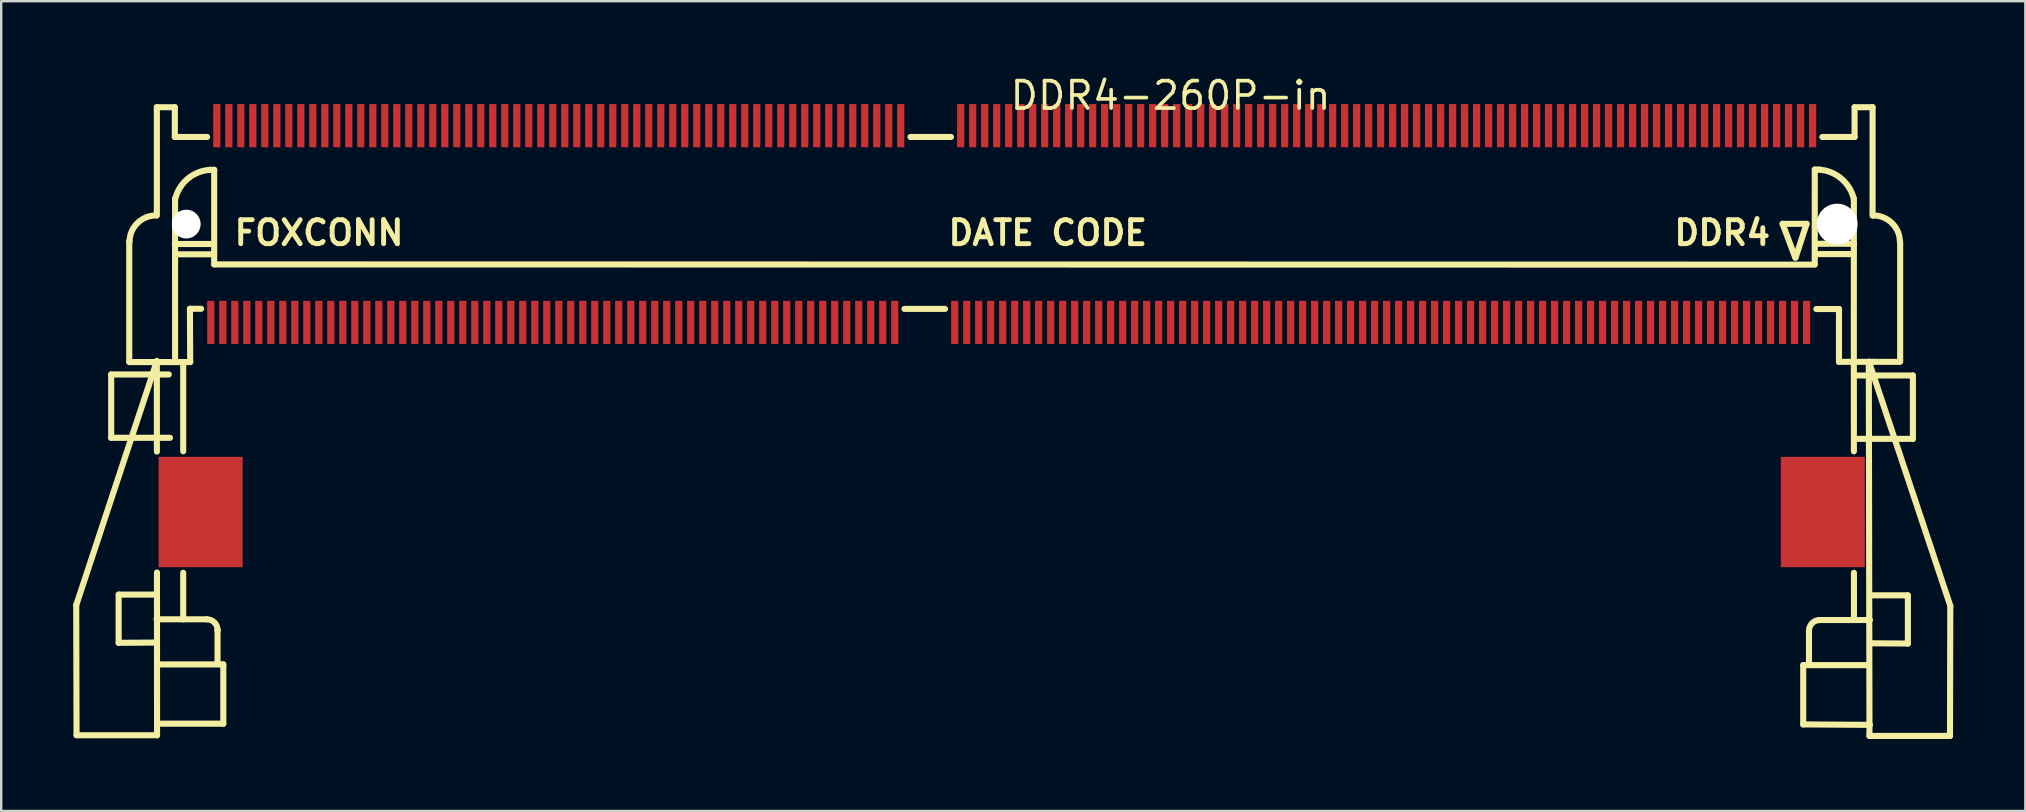
<source format=kicad_pcb>
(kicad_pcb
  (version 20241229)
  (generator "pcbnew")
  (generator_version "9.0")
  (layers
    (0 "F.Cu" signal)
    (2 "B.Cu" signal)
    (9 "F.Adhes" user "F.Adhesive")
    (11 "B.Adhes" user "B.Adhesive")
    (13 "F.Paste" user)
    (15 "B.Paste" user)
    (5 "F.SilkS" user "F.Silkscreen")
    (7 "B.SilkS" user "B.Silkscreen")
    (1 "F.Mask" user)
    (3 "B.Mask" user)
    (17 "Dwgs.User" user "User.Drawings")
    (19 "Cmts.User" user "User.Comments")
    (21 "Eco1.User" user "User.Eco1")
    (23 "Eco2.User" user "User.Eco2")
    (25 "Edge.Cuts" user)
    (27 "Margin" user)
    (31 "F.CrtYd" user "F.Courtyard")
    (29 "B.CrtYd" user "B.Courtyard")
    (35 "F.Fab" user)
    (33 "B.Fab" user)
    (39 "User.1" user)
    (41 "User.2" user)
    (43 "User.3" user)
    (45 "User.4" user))
  (footprint "DDR4-260P-in"
    (layer "F.Cu")
    (at 39.111 10.238)
    (property "Reference" "DDR4-260P-in" (at -0.147 -8.638 0) (unlocked yes) (layer "F.SilkS") (effects (font (size 1.143 1.143) (thickness 0.152)) (justify left bottom)))
    (fp_line (start -38.984 11.928) (end -38.971 17.351) (stroke (width 0.254) (type solid)) (layer "F.SilkS"))
    (fp_line (start -38.984 11.928) (end -35.625 1.76) (stroke (width 0.254) (type solid)) (layer "F.SilkS"))
    (fp_line (start -38.971 17.351) (end -35.616 17.351) (stroke (width 0.254) (type solid)) (layer "F.SilkS"))
    (fp_line (start -37.527 2.317) (end -35.127 2.317) (stroke (width 0.254) (type solid)) (layer "F.SilkS"))
    (fp_line (start -37.527 4.957) (end -37.527 2.317) (stroke (width 0.254) (type solid)) (layer "F.SilkS"))
    (fp_line (start -37.527 4.957) (end -35.077 4.957) (stroke (width 0.254) (type solid)) (layer "F.SilkS"))
    (fp_line (start -37.216 11.491) (end -35.654 11.491) (stroke (width 0.254) (type solid)) (layer "F.SilkS"))
    (fp_line (start -37.216 13.5) (end -37.216 11.491) (stroke (width 0.254) (type solid)) (layer "F.SilkS"))
    (fp_line (start -37.216 13.5) (end -35.654 13.49) (stroke (width 0.254) (type solid)) (layer "F.SilkS"))
    (fp_line (start -36.775 1.78) (end -36.775 -3.24) (stroke (width 0.254) (type solid)) (layer "F.SilkS"))
    (fp_line (start -36.775 1.8) (end -35.675 1.8) (stroke (width 0.254) (type solid)) (layer "F.SilkS"))
    (fp_line (start -35.675 1.8) (end -34.235 1.8) (stroke (width 0.254) (type solid)) (layer "F.SilkS"))
    (fp_line (start -35.635 12.52) (end -33.545 12.52) (stroke (width 0.254) (type solid)) (layer "F.SilkS"))
    (fp_line (start -35.626 1.76) (end -35.625 1.76) (stroke (width 0.254) (type solid)) (layer "F.SilkS"))
    (fp_line (start -35.625 -8.82) (end -34.875 -8.82) (stroke (width 0.254) (type solid)) (layer "F.SilkS"))
    (fp_line (start -35.625 -4.31) (end -35.625 -8.82) (stroke (width 0.254) (type solid)) (layer "F.SilkS"))
    (fp_line (start -35.625 1.76) (end -35.623 5.531) (stroke (width 0.254) (type solid)) (layer "F.SilkS"))
    (fp_line (start -35.62 10.57) (end -35.616 17.351) (stroke (width 0.254) (type solid)) (layer "F.SilkS"))
    (fp_line (start -35.615 16.87) (end -32.855 16.87) (stroke (width 0.254) (type solid)) (layer "F.SilkS"))
    (fp_line (start -35.575 14.4) (end -32.855 14.4) (stroke (width 0.254) (type solid)) (layer "F.SilkS"))
    (fp_line (start -34.875 -8.82) (end -34.875 -7.58) (stroke (width 0.254) (type solid)) (layer "F.SilkS"))
    (fp_line (start -34.875 -7.58) (end -33.531 -7.58) (stroke (width 0.254) (type solid)) (layer "F.SilkS"))
    (fp_line (start -34.875 -3.12) (end -33.245 -3.12) (stroke (width 0.254) (type solid)) (layer "F.SilkS"))
    (fp_line (start -34.865 -5.01) (end -34.864 1.801) (stroke (width 0.254) (type solid)) (layer "F.SilkS"))
    (fp_line (start -34.855 -2.69) (end -33.255 -2.69) (stroke (width 0.254) (type solid)) (layer "F.SilkS"))
    (fp_line (start -34.526 5.519) (end -34.526 1.8) (stroke (width 0.254) (type solid)) (layer "F.SilkS"))
    (fp_line (start -34.526 12.52) (end -34.526 10.581) (stroke (width 0.254) (type solid)) (layer "F.SilkS"))
    (fp_line (start -34.245 -0.42) (end -34.235 1.8) (stroke (width 0.254) (type solid)) (layer "F.SilkS"))
    (fp_line (start -34.245 -0.42) (end -33.781 -0.42) (stroke (width 0.254) (type solid)) (layer "F.SilkS"))
    (fp_line (start -33.406 -6.211) (end -33.235 -6.211) (stroke (width 0.254) (type solid)) (layer "F.SilkS"))
    (fp_line (start -33.235 -6.211) (end -33.235 -2.27) (stroke (width 0.254) (type solid)) (layer "F.SilkS"))
    (fp_line (start -33.235 -2.27) (end 33.465 -2.26) (stroke (width 0.254) (type solid)) (layer "F.SilkS"))
    (fp_line (start -33.095 12.98) (end -33.095 12.97) (stroke (width 0.254) (type solid)) (layer "F.SilkS"))
    (fp_line (start -33.095 14.39) (end -33.095 12.98) (stroke (width 0.254) (type solid)) (layer "F.SilkS"))
    (fp_line (start -32.855 16.87) (end -32.855 14.4) (stroke (width 0.254) (type solid)) (layer "F.SilkS"))
    (fp_line (start -4.469 -0.415) (end -2.781 -0.415) (stroke (width 0.254) (type solid)) (layer "F.SilkS"))
    (fp_line (start -4.219 -7.58) (end -2.531 -7.58) (stroke (width 0.254) (type solid)) (layer "F.SilkS"))
    (fp_line (start 32.125 -3.96) (end 32.655 -2.55) (stroke (width 0.254) (type solid)) (layer "F.SilkS"))
    (fp_line (start 32.125 -3.96) (end 33.125 -3.96) (stroke (width 0.254) (type solid)) (layer "F.SilkS"))
    (fp_line (start 32.665 -2.55) (end 33.125 -3.96) (stroke (width 0.254) (type solid)) (layer "F.SilkS"))
    (fp_line (start 32.985 14.43) (end 35.705 14.43) (stroke (width 0.254) (type solid)) (layer "F.SilkS"))
    (fp_line (start 32.985 16.9) (end 32.985 14.43) (stroke (width 0.254) (type solid)) (layer "F.SilkS"))
    (fp_line (start 32.985 16.9) (end 35.765 16.92) (stroke (width 0.254) (type solid)) (layer "F.SilkS"))
    (fp_line (start 33.225 13.01) (end 33.225 13) (stroke (width 0.254) (type solid)) (layer "F.SilkS"))
    (fp_line (start 33.225 14.42) (end 33.225 13.01) (stroke (width 0.254) (type solid)) (layer "F.SilkS"))
    (fp_line (start 33.465 -2.28) (end 33.466 -6.221) (stroke (width 0.254) (type solid)) (layer "F.SilkS"))
    (fp_line (start 33.466 -6.221) (end 33.636 -6.221) (stroke (width 0.254) (type solid)) (layer "F.SilkS"))
    (fp_line (start 33.475 -3.13) (end 35.105 -3.13) (stroke (width 0.254) (type solid)) (layer "F.SilkS"))
    (fp_line (start 33.485 -2.7) (end 35.085 -2.7) (stroke (width 0.254) (type solid)) (layer "F.SilkS"))
    (fp_line (start 33.531 -0.41) (end 33.781 -0.41) (stroke (width 0.254) (type solid)) (layer "F.SilkS"))
    (fp_line (start 33.675 12.55) (end 35.765 12.55) (stroke (width 0.254) (type solid)) (layer "F.SilkS"))
    (fp_line (start 33.781 -7.58) (end 35.125 -7.58) (stroke (width 0.254) (type solid)) (layer "F.SilkS"))
    (fp_line (start 33.781 -0.41) (end 34.475 -0.41) (stroke (width 0.254) (type solid)) (layer "F.SilkS"))
    (fp_line (start 34.475 1.79) (end 34.475 -0.41) (stroke (width 0.254) (type solid)) (layer "F.SilkS"))
    (fp_line (start 34.475 1.79) (end 35.905 1.79) (stroke (width 0.254) (type solid)) (layer "F.SilkS"))
    (fp_line (start 35.094 1.791) (end 35.095 -5.02) (stroke (width 0.254) (type solid)) (layer "F.SilkS"))
    (fp_line (start 35.094 1.791) (end 35.096 5.519) (stroke (width 0.254) (type solid)) (layer "F.SilkS"))
    (fp_line (start 35.098 10.581) (end 35.099 12.55) (stroke (width 0.254) (type solid)) (layer "F.SilkS"))
    (fp_line (start 35.105 2.36) (end 37.555 2.36) (stroke (width 0.254) (type solid)) (layer "F.SilkS"))
    (fp_line (start 35.125 -7.58) (end 35.125 -8.82) (stroke (width 0.254) (type solid)) (layer "F.SilkS"))
    (fp_line (start 35.125 -8.82) (end 35.875 -8.82) (stroke (width 0.254) (type solid)) (layer "F.SilkS"))
    (fp_line (start 35.155 5) (end 37.555 5) (stroke (width 0.254) (type solid)) (layer "F.SilkS"))
    (fp_line (start 35.718 1.79) (end 35.746 17.381) (stroke (width 0.254) (type solid)) (layer "F.SilkS"))
    (fp_line (start 35.725 1.79) (end 39.114 11.958) (stroke (width 0.254) (type solid)) (layer "F.SilkS"))
    (fp_line (start 35.746 17.381) (end 39.101 17.381) (stroke (width 0.254) (type solid)) (layer "F.SilkS"))
    (fp_line (start 35.755 1.79) (end 35.756 1.79) (stroke (width 0.254) (type solid)) (layer "F.SilkS"))
    (fp_line (start 35.784 11.521) (end 37.346 11.521) (stroke (width 0.254) (type solid)) (layer "F.SilkS"))
    (fp_line (start 35.784 13.52) (end 37.346 13.53) (stroke (width 0.254) (type solid)) (layer "F.SilkS"))
    (fp_line (start 35.875 -4.31) (end 35.875 -8.82) (stroke (width 0.254) (type solid)) (layer "F.SilkS"))
    (fp_line (start 35.885 -4.31) (end 35.905 -4.31) (stroke (width 0.254) (type solid)) (layer "F.SilkS"))
    (fp_line (start 35.905 1.79) (end 37.005 1.79) (stroke (width 0.254) (type solid)) (layer "F.SilkS"))
    (fp_line (start 37.025 1.78) (end 37.025 -3.2) (stroke (width 0.254) (type solid)) (layer "F.SilkS"))
    (fp_line (start 37.346 13.53) (end 37.346 11.521) (stroke (width 0.254) (type solid)) (layer "F.SilkS"))
    (fp_line (start 37.555 5) (end 37.555 2.36) (stroke (width 0.254) (type solid)) (layer "F.SilkS"))
    (fp_line (start 39.101 17.381) (end 39.114 11.958) (stroke (width 0.254) (type solid)) (layer "F.SilkS"))
    (fp_arc (start -36.764773 -3.199919) (mid -36.439685 -3.984826) (end -35.654793 -4.309949) (stroke (width 0.254) (type solid)) (layer "F.SilkS"))
    (fp_arc (start -34.854821 -5.019928) (mid -34.323057 -5.850388) (end -33.404811 -6.209918) (stroke (width 0.254) (type solid)) (layer "F.SilkS"))
    (fp_arc (start -33.54484 12.52004) (mid -33.226617 12.651837) (end -33.094803 12.970052) (stroke (width 0.254) (type solid)) (layer "F.SilkS"))
    (fp_arc (start -33.234808 -3.129941) (mid -33.237739 -3.122864) (end -33.244816 -3.119933) (stroke (width 0.254) (type solid)) (layer "F.SilkS"))
    (fp_arc (start -33.234808 -2.709926) (mid -33.240663 -2.695791) (end -33.254798 -2.689936) (stroke (width 0.254) (type solid)) (layer "F.SilkS"))
    (fp_arc (start 33.225054 13.00005) (mid 33.356859 12.681843) (end 33.675066 12.550038) (stroke (width 0.254) (type solid)) (layer "F.SilkS"))
    (fp_arc (start 33.635061 -6.219901) (mid 34.553295 -5.860391) (end 35.085071 -5.029961) (stroke (width 0.254) (type solid)) (layer "F.SilkS"))
    (fp_arc (start 35.905059 -4.309923) (mid 36.689933 -3.984817) (end 37.015039 -3.199943) (stroke (width 0.254) (type solid)) (layer "F.SilkS"))
    (fp_circle (center -34.4 -3.95) (end -34.4 -4.175) (stroke (width 0.45) (type solid)) (fill no) (layer "Eco1.User"))
    (fp_circle (center 34.4 -3.95) (end 34.4 -4.3) (stroke (width 0.7) (type solid)) (fill no) (layer "Eco1.User"))
    (fp_text user "DATE CODE" (at -2.75 -3 0) (unlocked yes) (layer "F.SilkS") (effects (font (size 1 1) (thickness 0.203)) (justify left bottom)))
    (fp_text user "FOXCONN" (at -32.5 -3 0) (unlocked yes) (layer "F.SilkS") (effects (font (size 1 1) (thickness 0.203)) (justify left bottom)))
    (fp_text user "DDR4" (at 27.5 -3 0) (unlocked yes) (layer "F.SilkS") (effects (font (size 1 1) (thickness 0.203)) (justify left bottom)))
    (pad "" np_thru_hole circle (at -34.4 -3.95) (size 1.2 1.2) (drill 1.2) (layers "*.Cu" "*.Mask"))
    (pad "" np_thru_hole circle (at 34.4 -3.95) (size 1.7 1.7) (drill 1.7) (layers "*.Cu" "*.Mask"))
    (pad "1" smd rect (at 33.375 -8.05 180) (size 0.3 1.8) (layers "F.Cu" "F.Mask" "F.Paste"))
    (pad "2" smd rect (at 33.125 0.15 180) (size 0.3 1.8) (layers "F.Cu" "F.Mask" "F.Paste"))
    (pad "3" smd rect (at 32.875 -8.05 180) (size 0.3 1.8) (layers "F.Cu" "F.Mask" "F.Paste"))
    (pad "4" smd rect (at 32.625 0.15 180) (size 0.3 1.8) (layers "F.Cu" "F.Mask" "F.Paste"))
    (pad "5" smd rect (at 32.375 -8.05 180) (size 0.3 1.8) (layers "F.Cu" "F.Mask" "F.Paste"))
    (pad "6" smd rect (at 32.125 0.15 180) (size 0.3 1.8) (layers "F.Cu" "F.Mask" "F.Paste"))
    (pad "7" smd rect (at 31.875 -8.05 180) (size 0.3 1.8) (layers "F.Cu" "F.Mask" "F.Paste"))
    (pad "8" smd rect (at 31.625 0.15 180) (size 0.3 1.8) (layers "F.Cu" "F.Mask" "F.Paste"))
    (pad "9" smd rect (at 31.375 -8.05 180) (size 0.3 1.8) (layers "F.Cu" "F.Mask" "F.Paste"))
    (pad "10" smd rect (at 31.125 0.15 180) (size 0.3 1.8) (layers "F.Cu" "F.Mask" "F.Paste"))
    (pad "11" smd rect (at 30.875 -8.05 180) (size 0.3 1.8) (layers "F.Cu" "F.Mask" "F.Paste"))
    (pad "12" smd rect (at 30.625 0.15 180) (size 0.3 1.8) (layers "F.Cu" "F.Mask" "F.Paste"))
    (pad "13" smd rect (at 30.375 -8.05 180) (size 0.3 1.8) (layers "F.Cu" "F.Mask" "F.Paste"))
    (pad "14" smd rect (at 30.125 0.15 180) (size 0.3 1.8) (layers "F.Cu" "F.Mask" "F.Paste"))
    (pad "15" smd rect (at 29.875 -8.05 180) (size 0.3 1.8) (layers "F.Cu" "F.Mask" "F.Paste"))
    (pad "16" smd rect (at 29.625 0.15 180) (size 0.3 1.8) (layers "F.Cu" "F.Mask" "F.Paste"))
    (pad "17" smd rect (at 29.375 -8.05 180) (size 0.3 1.8) (layers "F.Cu" "F.Mask" "F.Paste"))
    (pad "18" smd rect (at 29.125 0.15 180) (size 0.3 1.8) (layers "F.Cu" "F.Mask" "F.Paste"))
    (pad "19" smd rect (at 28.875 -8.05 180) (size 0.3 1.8) (layers "F.Cu" "F.Mask" "F.Paste"))
    (pad "20" smd rect (at 28.625 0.15 180) (size 0.3 1.8) (layers "F.Cu" "F.Mask" "F.Paste"))
    (pad "21" smd rect (at 28.375 -8.05 180) (size 0.3 1.8) (layers "F.Cu" "F.Mask" "F.Paste"))
    (pad "22" smd rect (at 28.125 0.15 180) (size 0.3 1.8) (layers "F.Cu" "F.Mask" "F.Paste"))
    (pad "23" smd rect (at 27.875 -8.05 180) (size 0.3 1.8) (layers "F.Cu" "F.Mask" "F.Paste"))
    (pad "24" smd rect (at 27.625 0.15 180) (size 0.3 1.8) (layers "F.Cu" "F.Mask" "F.Paste"))
    (pad "25" smd rect (at 27.375 -8.05 180) (size 0.3 1.8) (layers "F.Cu" "F.Mask" "F.Paste"))
    (pad "26" smd rect (at 27.125 0.15 180) (size 0.3 1.8) (layers "F.Cu" "F.Mask" "F.Paste"))
    (pad "27" smd rect (at 26.875 -8.05 180) (size 0.3 1.8) (layers "F.Cu" "F.Mask" "F.Paste"))
    (pad "28" smd rect (at 26.625 0.15 180) (size 0.3 1.8) (layers "F.Cu" "F.Mask" "F.Paste"))
    (pad "29" smd rect (at 26.375 -8.05 180) (size 0.3 1.8) (layers "F.Cu" "F.Mask" "F.Paste"))
    (pad "30" smd rect (at 26.125 0.15 180) (size 0.3 1.8) (layers "F.Cu" "F.Mask" "F.Paste"))
    (pad "31" smd rect (at 25.875 -8.05 180) (size 0.3 1.8) (layers "F.Cu" "F.Mask" "F.Paste"))
    (pad "32" smd rect (at 25.625 0.15 180) (size 0.3 1.8) (layers "F.Cu" "F.Mask" "F.Paste"))
    (pad "33" smd rect (at 25.375 -8.05 180) (size 0.3 1.8) (layers "F.Cu" "F.Mask" "F.Paste"))
    (pad "34" smd rect (at 25.125 0.15 180) (size 0.3 1.8) (layers "F.Cu" "F.Mask" "F.Paste"))
    (pad "35" smd rect (at 24.875 -8.05 180) (size 0.3 1.8) (layers "F.Cu" "F.Mask" "F.Paste"))
    (pad "36" smd rect (at 24.625 0.15 180) (size 0.3 1.8) (layers "F.Cu" "F.Mask" "F.Paste"))
    (pad "37" smd rect (at 24.375 -8.05 180) (size 0.3 1.8) (layers "F.Cu" "F.Mask" "F.Paste"))
    (pad "38" smd rect (at 24.125 0.15 180) (size 0.3 1.8) (layers "F.Cu" "F.Mask" "F.Paste"))
    (pad "39" smd rect (at 23.875 -8.05 180) (size 0.3 1.8) (layers "F.Cu" "F.Mask" "F.Paste"))
    (pad "40" smd rect (at 23.625 0.15 180) (size 0.3 1.8) (layers "F.Cu" "F.Mask" "F.Paste"))
    (pad "41" smd rect (at 23.375 -8.05 180) (size 0.3 1.8) (layers "F.Cu" "F.Mask" "F.Paste"))
    (pad "42" smd rect (at 23.125 0.15 180) (size 0.3 1.8) (layers "F.Cu" "F.Mask" "F.Paste"))
    (pad "43" smd rect (at 22.875 -8.05 180) (size 0.3 1.8) (layers "F.Cu" "F.Mask" "F.Paste"))
    (pad "44" smd rect (at 22.625 0.15 180) (size 0.3 1.8) (layers "F.Cu" "F.Mask" "F.Paste"))
    (pad "45" smd rect (at 22.375 -8.05 180) (size 0.3 1.8) (layers "F.Cu" "F.Mask" "F.Paste"))
    (pad "46" smd rect (at 22.125 0.15 180) (size 0.3 1.8) (layers "F.Cu" "F.Mask" "F.Paste"))
    (pad "47" smd rect (at 21.875 -8.05 180) (size 0.3 1.8) (layers "F.Cu" "F.Mask" "F.Paste"))
    (pad "48" smd rect (at 21.625 0.15 180) (size 0.3 1.8) (layers "F.Cu" "F.Mask" "F.Paste"))
    (pad "49" smd rect (at 21.375 -8.05 180) (size 0.3 1.8) (layers "F.Cu" "F.Mask" "F.Paste"))
    (pad "50" smd rect (at 21.125 0.15 180) (size 0.3 1.8) (layers "F.Cu" "F.Mask" "F.Paste"))
    (pad "51" smd rect (at 20.875 -8.05 180) (size 0.3 1.8) (layers "F.Cu" "F.Mask" "F.Paste"))
    (pad "52" smd rect (at 20.625 0.15 180) (size 0.3 1.8) (layers "F.Cu" "F.Mask" "F.Paste"))
    (pad "53" smd rect (at 20.375 -8.05 180) (size 0.3 1.8) (layers "F.Cu" "F.Mask" "F.Paste"))
    (pad "54" smd rect (at 20.125 0.15 180) (size 0.3 1.8) (layers "F.Cu" "F.Mask" "F.Paste"))
    (pad "55" smd rect (at 19.875 -8.05 180) (size 0.3 1.8) (layers "F.Cu" "F.Mask" "F.Paste"))
    (pad "56" smd rect (at 19.625 0.15 180) (size 0.3 1.8) (layers "F.Cu" "F.Mask" "F.Paste"))
    (pad "57" smd rect (at 19.375 -8.05 180) (size 0.3 1.8) (layers "F.Cu" "F.Mask" "F.Paste"))
    (pad "58" smd rect (at 19.125 0.15 180) (size 0.3 1.8) (layers "F.Cu" "F.Mask" "F.Paste"))
    (pad "59" smd rect (at 18.875 -8.05 180) (size 0.3 1.8) (layers "F.Cu" "F.Mask" "F.Paste"))
    (pad "60" smd rect (at 18.625 0.15 180) (size 0.3 1.8) (layers "F.Cu" "F.Mask" "F.Paste"))
    (pad "61" smd rect (at 18.375 -8.05 180) (size 0.3 1.8) (layers "F.Cu" "F.Mask" "F.Paste"))
    (pad "62" smd rect (at 18.125 0.15 180) (size 0.3 1.8) (layers "F.Cu" "F.Mask" "F.Paste"))
    (pad "63" smd rect (at 17.875 -8.05 180) (size 0.3 1.8) (layers "F.Cu" "F.Mask" "F.Paste"))
    (pad "64" smd rect (at 17.625 0.15 180) (size 0.3 1.8) (layers "F.Cu" "F.Mask" "F.Paste"))
    (pad "65" smd rect (at 17.375 -8.05 180) (size 0.3 1.8) (layers "F.Cu" "F.Mask" "F.Paste"))
    (pad "66" smd rect (at 17.125 0.15 180) (size 0.3 1.8) (layers "F.Cu" "F.Mask" "F.Paste"))
    (pad "67" smd rect (at 16.875 -8.05 180) (size 0.3 1.8) (layers "F.Cu" "F.Mask" "F.Paste"))
    (pad "68" smd rect (at 16.625 0.15 180) (size 0.3 1.8) (layers "F.Cu" "F.Mask" "F.Paste"))
    (pad "69" smd rect (at 16.375 -8.05 180) (size 0.3 1.8) (layers "F.Cu" "F.Mask" "F.Paste"))
    (pad "70" smd rect (at 16.125 0.15 180) (size 0.3 1.8) (layers "F.Cu" "F.Mask" "F.Paste"))
    (pad "71" smd rect (at 15.875 -8.05 180) (size 0.3 1.8) (layers "F.Cu" "F.Mask" "F.Paste"))
    (pad "72" smd rect (at 15.625 0.15 180) (size 0.3 1.8) (layers "F.Cu" "F.Mask" "F.Paste"))
    (pad "73" smd rect (at 15.375 -8.05 180) (size 0.3 1.8) (layers "F.Cu" "F.Mask" "F.Paste"))
    (pad "74" smd rect (at 15.125 0.15 180) (size 0.3 1.8) (layers "F.Cu" "F.Mask" "F.Paste"))
    (pad "75" smd rect (at 14.875 -8.05 180) (size 0.3 1.8) (layers "F.Cu" "F.Mask" "F.Paste"))
    (pad "76" smd rect (at 14.625 0.15 180) (size 0.3 1.8) (layers "F.Cu" "F.Mask" "F.Paste"))
    (pad "77" smd rect (at 14.375 -8.05 180) (size 0.3 1.8) (layers "F.Cu" "F.Mask" "F.Paste"))
    (pad "78" smd rect (at 14.125 0.15 180) (size 0.3 1.8) (layers "F.Cu" "F.Mask" "F.Paste"))
    (pad "79" smd rect (at 13.875 -8.05 180) (size 0.3 1.8) (layers "F.Cu" "F.Mask" "F.Paste"))
    (pad "80" smd rect (at 13.625 0.15 180) (size 0.3 1.8) (layers "F.Cu" "F.Mask" "F.Paste"))
    (pad "81" smd rect (at 13.375 -8.05 180) (size 0.3 1.8) (layers "F.Cu" "F.Mask" "F.Paste"))
    (pad "82" smd rect (at 13.125 0.15 180) (size 0.3 1.8) (layers "F.Cu" "F.Mask" "F.Paste"))
    (pad "83" smd rect (at 12.875 -8.05 180) (size 0.3 1.8) (layers "F.Cu" "F.Mask" "F.Paste"))
    (pad "84" smd rect (at 12.625 0.15 180) (size 0.3 1.8) (layers "F.Cu" "F.Mask" "F.Paste"))
    (pad "85" smd rect (at 12.375 -8.05 180) (size 0.3 1.8) (layers "F.Cu" "F.Mask" "F.Paste"))
    (pad "86" smd rect (at 12.125 0.15 180) (size 0.3 1.8) (layers "F.Cu" "F.Mask" "F.Paste"))
    (pad "87" smd rect (at 11.875 -8.05 180) (size 0.3 1.8) (layers "F.Cu" "F.Mask" "F.Paste"))
    (pad "88" smd rect (at 11.625 0.15 180) (size 0.3 1.8) (layers "F.Cu" "F.Mask" "F.Paste"))
    (pad "89" smd rect (at 11.375 -8.05 180) (size 0.3 1.8) (layers "F.Cu" "F.Mask" "F.Paste"))
    (pad "90" smd rect (at 11.125 0.15 180) (size 0.3 1.8) (layers "F.Cu" "F.Mask" "F.Paste"))
    (pad "91" smd rect (at 10.875 -8.05 180) (size 0.3 1.8) (layers "F.Cu" "F.Mask" "F.Paste"))
    (pad "92" smd rect (at 10.625 0.15 180) (size 0.3 1.8) (layers "F.Cu" "F.Mask" "F.Paste"))
    (pad "93" smd rect (at 10.375 -8.05 180) (size 0.3 1.8) (layers "F.Cu" "F.Mask" "F.Paste"))
    (pad "94" smd rect (at 10.125 0.15 180) (size 0.3 1.8) (layers "F.Cu" "F.Mask" "F.Paste"))
    (pad "95" smd rect (at 9.875 -8.05 180) (size 0.3 1.8) (layers "F.Cu" "F.Mask" "F.Paste"))
    (pad "96" smd rect (at 9.625 0.15 180) (size 0.3 1.8) (layers "F.Cu" "F.Mask" "F.Paste"))
    (pad "97" smd rect (at 9.375 -8.05 180) (size 0.3 1.8) (layers "F.Cu" "F.Mask" "F.Paste"))
    (pad "98" smd rect (at 9.125 0.15 180) (size 0.3 1.8) (layers "F.Cu" "F.Mask" "F.Paste"))
    (pad "99" smd rect (at 8.875 -8.05 180) (size 0.3 1.8) (layers "F.Cu" "F.Mask" "F.Paste"))
    (pad "100" smd rect (at 8.625 0.15 180) (size 0.3 1.8) (layers "F.Cu" "F.Mask" "F.Paste"))
    (pad "101" smd rect (at 8.375 -8.05 180) (size 0.3 1.8) (layers "F.Cu" "F.Mask" "F.Paste"))
    (pad "102" smd rect (at 8.125 0.15 180) (size 0.3 1.8) (layers "F.Cu" "F.Mask" "F.Paste"))
    (pad "103" smd rect (at 7.875 -8.05 180) (size 0.3 1.8) (layers "F.Cu" "F.Mask" "F.Paste"))
    (pad "104" smd rect (at 7.625 0.15 180) (size 0.3 1.8) (layers "F.Cu" "F.Mask" "F.Paste"))
    (pad "105" smd rect (at 7.375 -8.05 180) (size 0.3 1.8) (layers "F.Cu" "F.Mask" "F.Paste"))
    (pad "106" smd rect (at 7.125 0.15 180) (size 0.3 1.8) (layers "F.Cu" "F.Mask" "F.Paste"))
    (pad "107" smd rect (at 6.875 -8.05 180) (size 0.3 1.8) (layers "F.Cu" "F.Mask" "F.Paste"))
    (pad "108" smd rect (at 6.625 0.15 180) (size 0.3 1.8) (layers "F.Cu" "F.Mask" "F.Paste"))
    (pad "109" smd rect (at 6.375 -8.05 180) (size 0.3 1.8) (layers "F.Cu" "F.Mask" "F.Paste"))
    (pad "110" smd rect (at 6.125 0.15 180) (size 0.3 1.8) (layers "F.Cu" "F.Mask" "F.Paste"))
    (pad "111" smd rect (at 5.875 -8.05 180) (size 0.3 1.8) (layers "F.Cu" "F.Mask" "F.Paste"))
    (pad "112" smd rect (at 5.625 0.15 180) (size 0.3 1.8) (layers "F.Cu" "F.Mask" "F.Paste"))
    (pad "113" smd rect (at 5.375 -8.05 180) (size 0.3 1.8) (layers "F.Cu" "F.Mask" "F.Paste"))
    (pad "114" smd rect (at 5.125 0.15 180) (size 0.3 1.8) (layers "F.Cu" "F.Mask" "F.Paste"))
    (pad "115" smd rect (at 4.875 -8.05 180) (size 0.3 1.8) (layers "F.Cu" "F.Mask" "F.Paste"))
    (pad "116" smd rect (at 4.625 0.15 180) (size 0.3 1.8) (layers "F.Cu" "F.Mask" "F.Paste"))
    (pad "117" smd rect (at 4.375 -8.05 180) (size 0.3 1.8) (layers "F.Cu" "F.Mask" "F.Paste"))
    (pad "118" smd rect (at 4.125 0.15 180) (size 0.3 1.8) (layers "F.Cu" "F.Mask" "F.Paste"))
    (pad "119" smd rect (at 3.875 -8.05 180) (size 0.3 1.8) (layers "F.Cu" "F.Mask" "F.Paste"))
    (pad "120" smd rect (at 3.625 0.15 180) (size 0.3 1.8) (layers "F.Cu" "F.Mask" "F.Paste"))
    (pad "121" smd rect (at 3.375 -8.05 180) (size 0.3 1.8) (layers "F.Cu" "F.Mask" "F.Paste"))
    (pad "122" smd rect (at 3.125 0.15 180) (size 0.3 1.8) (layers "F.Cu" "F.Mask" "F.Paste"))
    (pad "123" smd rect (at 2.875 -8.05 180) (size 0.3 1.8) (layers "F.Cu" "F.Mask" "F.Paste"))
    (pad "124" smd rect (at 2.625 0.15 180) (size 0.3 1.8) (layers "F.Cu" "F.Mask" "F.Paste"))
    (pad "125" smd rect (at 2.375 -8.05 180) (size 0.3 1.8) (layers "F.Cu" "F.Mask" "F.Paste"))
    (pad "126" smd rect (at 2.125 0.15 180) (size 0.3 1.8) (layers "F.Cu" "F.Mask" "F.Paste"))
    (pad "127" smd rect (at 1.875 -8.05 180) (size 0.3 1.8) (layers "F.Cu" "F.Mask" "F.Paste"))
    (pad "128" smd rect (at 1.625 0.15 180) (size 0.3 1.8) (layers "F.Cu" "F.Mask" "F.Paste"))
    (pad "129" smd rect (at 1.375 -8.05 180) (size 0.3 1.8) (layers "F.Cu" "F.Mask" "F.Paste"))
    (pad "130" smd rect (at 1.125 0.15 180) (size 0.3 1.8) (layers "F.Cu" "F.Mask" "F.Paste"))
    (pad "131" smd rect (at 0.875 -8.05 180) (size 0.3 1.8) (layers "F.Cu" "F.Mask" "F.Paste"))
    (pad "132" smd rect (at 0.625 0.15 180) (size 0.3 1.8) (layers "F.Cu" "F.Mask" "F.Paste"))
    (pad "133" smd rect (at 0.375 -8.05 180) (size 0.3 1.8) (layers "F.Cu" "F.Mask" "F.Paste"))
    (pad "134" smd rect (at 0.125 0.15 180) (size 0.3 1.8) (layers "F.Cu" "F.Mask" "F.Paste"))
    (pad "135" smd rect (at -0.125 -8.05 180) (size 0.3 1.8) (layers "F.Cu" "F.Mask" "F.Paste"))
    (pad "136" smd rect (at -0.375 0.15 180) (size 0.3 1.8) (layers "F.Cu" "F.Mask" "F.Paste"))
    (pad "137" smd rect (at -0.625 -8.05 180) (size 0.3 1.8) (layers "F.Cu" "F.Mask" "F.Paste"))
    (pad "138" smd rect (at -0.875 0.15 180) (size 0.3 1.8) (layers "F.Cu" "F.Mask" "F.Paste"))
    (pad "139" smd rect (at -1.125 -8.05 180) (size 0.3 1.8) (layers "F.Cu" "F.Mask" "F.Paste"))
    (pad "140" smd rect (at -1.375 0.15 180) (size 0.3 1.8) (layers "F.Cu" "F.Mask" "F.Paste"))
    (pad "141" smd rect (at -1.625 -8.05 180) (size 0.3 1.8) (layers "F.Cu" "F.Mask" "F.Paste"))
    (pad "142" smd rect (at -1.875 0.15 180) (size 0.3 1.8) (layers "F.Cu" "F.Mask" "F.Paste"))
    (pad "143" smd rect (at -2.125 -8.05 180) (size 0.3 1.8) (layers "F.Cu" "F.Mask" "F.Paste"))
    (pad "144" smd rect (at -2.375 0.15 180) (size 0.3 1.8) (layers "F.Cu" "F.Mask" "F.Paste"))
    (pad "145" smd rect (at -4.625 -8.05 180) (size 0.3 1.8) (layers "F.Cu" "F.Mask" "F.Paste"))
    (pad "146" smd rect (at -4.875 0.15 180) (size 0.3 1.8) (layers "F.Cu" "F.Mask" "F.Paste"))
    (pad "147" smd rect (at -5.125 -8.05 180) (size 0.3 1.8) (layers "F.Cu" "F.Mask" "F.Paste"))
    (pad "148" smd rect (at -5.375 0.15 180) (size 0.3 1.8) (layers "F.Cu" "F.Mask" "F.Paste"))
    (pad "149" smd rect (at -5.625 -8.05 180) (size 0.3 1.8) (layers "F.Cu" "F.Mask" "F.Paste"))
    (pad "150" smd rect (at -5.875 0.15 180) (size 0.3 1.8) (layers "F.Cu" "F.Mask" "F.Paste"))
    (pad "151" smd rect (at -6.125 -8.05 180) (size 0.3 1.8) (layers "F.Cu" "F.Mask" "F.Paste"))
    (pad "152" smd rect (at -6.375 0.15 180) (size 0.3 1.8) (layers "F.Cu" "F.Mask" "F.Paste"))
    (pad "153" smd rect (at -6.625 -8.05 180) (size 0.3 1.8) (layers "F.Cu" "F.Mask" "F.Paste"))
    (pad "154" smd rect (at -6.875 0.15 180) (size 0.3 1.8) (layers "F.Cu" "F.Mask" "F.Paste"))
    (pad "155" smd rect (at -7.125 -8.05 180) (size 0.3 1.8) (layers "F.Cu" "F.Mask" "F.Paste"))
    (pad "156" smd rect (at -7.375 0.15 180) (size 0.3 1.8) (layers "F.Cu" "F.Mask" "F.Paste"))
    (pad "157" smd rect (at -7.625 -8.05 180) (size 0.3 1.8) (layers "F.Cu" "F.Mask" "F.Paste"))
    (pad "158" smd rect (at -7.875 0.15 180) (size 0.3 1.8) (layers "F.Cu" "F.Mask" "F.Paste"))
    (pad "159" smd rect (at -8.125 -8.05 180) (size 0.3 1.8) (layers "F.Cu" "F.Mask" "F.Paste"))
    (pad "160" smd rect (at -8.375 0.15 180) (size 0.3 1.8) (layers "F.Cu" "F.Mask" "F.Paste"))
    (pad "161" smd rect (at -8.625 -8.05 180) (size 0.3 1.8) (layers "F.Cu" "F.Mask" "F.Paste"))
    (pad "162" smd rect (at -8.875 0.15 180) (size 0.3 1.8) (layers "F.Cu" "F.Mask" "F.Paste"))
    (pad "163" smd rect (at -9.125 -8.05 180) (size 0.3 1.8) (layers "F.Cu" "F.Mask" "F.Paste"))
    (pad "164" smd rect (at -9.375 0.15 180) (size 0.3 1.8) (layers "F.Cu" "F.Mask" "F.Paste"))
    (pad "165" smd rect (at -9.625 -8.05 180) (size 0.3 1.8) (layers "F.Cu" "F.Mask" "F.Paste"))
    (pad "166" smd rect (at -9.875 0.15 180) (size 0.3 1.8) (layers "F.Cu" "F.Mask" "F.Paste"))
    (pad "167" smd rect (at -10.125 -8.05 180) (size 0.3 1.8) (layers "F.Cu" "F.Mask" "F.Paste"))
    (pad "168" smd rect (at -10.375 0.15 180) (size 0.3 1.8) (layers "F.Cu" "F.Mask" "F.Paste"))
    (pad "169" smd rect (at -10.625 -8.05 180) (size 0.3 1.8) (layers "F.Cu" "F.Mask" "F.Paste"))
    (pad "170" smd rect (at -10.875 0.15 180) (size 0.3 1.8) (layers "F.Cu" "F.Mask" "F.Paste"))
    (pad "171" smd rect (at -11.125 -8.05 180) (size 0.3 1.8) (layers "F.Cu" "F.Mask" "F.Paste"))
    (pad "172" smd rect (at -11.375 0.15 180) (size 0.3 1.8) (layers "F.Cu" "F.Mask" "F.Paste"))
    (pad "173" smd rect (at -11.625 -8.05 180) (size 0.3 1.8) (layers "F.Cu" "F.Mask" "F.Paste"))
    (pad "174" smd rect (at -11.875 0.15 180) (size 0.3 1.8) (layers "F.Cu" "F.Mask" "F.Paste"))
    (pad "175" smd rect (at -12.125 -8.05 180) (size 0.3 1.8) (layers "F.Cu" "F.Mask" "F.Paste"))
    (pad "176" smd rect (at -12.375 0.15 180) (size 0.3 1.8) (layers "F.Cu" "F.Mask" "F.Paste"))
    (pad "177" smd rect (at -12.625 -8.05 180) (size 0.3 1.8) (layers "F.Cu" "F.Mask" "F.Paste"))
    (pad "178" smd rect (at -12.875 0.15 180) (size 0.3 1.8) (layers "F.Cu" "F.Mask" "F.Paste"))
    (pad "179" smd rect (at -13.125 -8.05 180) (size 0.3 1.8) (layers "F.Cu" "F.Mask" "F.Paste"))
    (pad "180" smd rect (at -13.375 0.15 180) (size 0.3 1.8) (layers "F.Cu" "F.Mask" "F.Paste"))
    (pad "181" smd rect (at -13.625 -8.05 180) (size 0.3 1.8) (layers "F.Cu" "F.Mask" "F.Paste"))
    (pad "182" smd rect (at -13.875 0.15 180) (size 0.3 1.8) (layers "F.Cu" "F.Mask" "F.Paste"))
    (pad "183" smd rect (at -14.125 -8.05 180) (size 0.3 1.8) (layers "F.Cu" "F.Mask" "F.Paste"))
    (pad "184" smd rect (at -14.375 0.15 180) (size 0.3 1.8) (layers "F.Cu" "F.Mask" "F.Paste"))
    (pad "185" smd rect (at -14.625 -8.05 180) (size 0.3 1.8) (layers "F.Cu" "F.Mask" "F.Paste"))
    (pad "186" smd rect (at -14.875 0.15 180) (size 0.3 1.8) (layers "F.Cu" "F.Mask" "F.Paste"))
    (pad "187" smd rect (at -15.125 -8.05 180) (size 0.3 1.8) (layers "F.Cu" "F.Mask" "F.Paste"))
    (pad "188" smd rect (at -15.375 0.15 180) (size 0.3 1.8) (layers "F.Cu" "F.Mask" "F.Paste"))
    (pad "189" smd rect (at -15.625 -8.05 180) (size 0.3 1.8) (layers "F.Cu" "F.Mask" "F.Paste"))
    (pad "190" smd rect (at -15.875 0.15 180) (size 0.3 1.8) (layers "F.Cu" "F.Mask" "F.Paste"))
    (pad "191" smd rect (at -16.125 -8.05 180) (size 0.3 1.8) (layers "F.Cu" "F.Mask" "F.Paste"))
    (pad "192" smd rect (at -16.375 0.15 180) (size 0.3 1.8) (layers "F.Cu" "F.Mask" "F.Paste"))
    (pad "193" smd rect (at -16.625 -8.05 180) (size 0.3 1.8) (layers "F.Cu" "F.Mask" "F.Paste"))
    (pad "194" smd rect (at -16.875 0.15 180) (size 0.3 1.8) (layers "F.Cu" "F.Mask" "F.Paste"))
    (pad "195" smd rect (at -17.125 -8.05 180) (size 0.3 1.8) (layers "F.Cu" "F.Mask" "F.Paste"))
    (pad "196" smd rect (at -17.375 0.15 180) (size 0.3 1.8) (layers "F.Cu" "F.Mask" "F.Paste"))
    (pad "197" smd rect (at -17.625 -8.05 180) (size 0.3 1.8) (layers "F.Cu" "F.Mask" "F.Paste"))
    (pad "198" smd rect (at -17.875 0.15 180) (size 0.3 1.8) (layers "F.Cu" "F.Mask" "F.Paste"))
    (pad "199" smd rect (at -18.125 -8.05 180) (size 0.3 1.8) (layers "F.Cu" "F.Mask" "F.Paste"))
    (pad "200" smd rect (at -18.375 0.15 180) (size 0.3 1.8) (layers "F.Cu" "F.Mask" "F.Paste"))
    (pad "201" smd rect (at -18.625 -8.05 180) (size 0.3 1.8) (layers "F.Cu" "F.Mask" "F.Paste"))
    (pad "202" smd rect (at -18.875 0.15 180) (size 0.3 1.8) (layers "F.Cu" "F.Mask" "F.Paste"))
    (pad "203" smd rect (at -19.125 -8.05 180) (size 0.3 1.8) (layers "F.Cu" "F.Mask" "F.Paste"))
    (pad "204" smd rect (at -19.375 0.15 180) (size 0.3 1.8) (layers "F.Cu" "F.Mask" "F.Paste"))
    (pad "205" smd rect (at -19.625 -8.05 180) (size 0.3 1.8) (layers "F.Cu" "F.Mask" "F.Paste"))
    (pad "206" smd rect (at -19.875 0.15 180) (size 0.3 1.8) (layers "F.Cu" "F.Mask" "F.Paste"))
    (pad "207" smd rect (at -20.125 -8.05 180) (size 0.3 1.8) (layers "F.Cu" "F.Mask" "F.Paste"))
    (pad "208" smd rect (at -20.375 0.15 180) (size 0.3 1.8) (layers "F.Cu" "F.Mask" "F.Paste"))
    (pad "209" smd rect (at -20.625 -8.05 180) (size 0.3 1.8) (layers "F.Cu" "F.Mask" "F.Paste"))
    (pad "210" smd rect (at -20.875 0.15 180) (size 0.3 1.8) (layers "F.Cu" "F.Mask" "F.Paste"))
    (pad "211" smd rect (at -21.125 -8.05 180) (size 0.3 1.8) (layers "F.Cu" "F.Mask" "F.Paste"))
    (pad "212" smd rect (at -21.375 0.15 180) (size 0.3 1.8) (layers "F.Cu" "F.Mask" "F.Paste"))
    (pad "213" smd rect (at -21.625 -8.05 180) (size 0.3 1.8) (layers "F.Cu" "F.Mask" "F.Paste"))
    (pad "214" smd rect (at -21.875 0.15 180) (size 0.3 1.8) (layers "F.Cu" "F.Mask" "F.Paste"))
    (pad "215" smd rect (at -22.125 -8.05 180) (size 0.3 1.8) (layers "F.Cu" "F.Mask" "F.Paste"))
    (pad "216" smd rect (at -22.375 0.15 180) (size 0.3 1.8) (layers "F.Cu" "F.Mask" "F.Paste"))
    (pad "217" smd rect (at -22.625 -8.05 180) (size 0.3 1.8) (layers "F.Cu" "F.Mask" "F.Paste"))
    (pad "218" smd rect (at -22.875 0.15 180) (size 0.3 1.8) (layers "F.Cu" "F.Mask" "F.Paste"))
    (pad "219" smd rect (at -23.125 -8.05 180) (size 0.3 1.8) (layers "F.Cu" "F.Mask" "F.Paste"))
    (pad "220" smd rect (at -23.375 0.15 180) (size 0.3 1.8) (layers "F.Cu" "F.Mask" "F.Paste"))
    (pad "221" smd rect (at -23.625 -8.05 180) (size 0.3 1.8) (layers "F.Cu" "F.Mask" "F.Paste"))
    (pad "222" smd rect (at -23.875 0.15 180) (size 0.3 1.8) (layers "F.Cu" "F.Mask" "F.Paste"))
    (pad "223" smd rect (at -24.125 -8.05 180) (size 0.3 1.8) (layers "F.Cu" "F.Mask" "F.Paste"))
    (pad "224" smd rect (at -24.375 0.15 180) (size 0.3 1.8) (layers "F.Cu" "F.Mask" "F.Paste"))
    (pad "225" smd rect (at -24.625 -8.05 180) (size 0.3 1.8) (layers "F.Cu" "F.Mask" "F.Paste"))
    (pad "226" smd rect (at -24.875 0.15 180) (size 0.3 1.8) (layers "F.Cu" "F.Mask" "F.Paste"))
    (pad "227" smd rect (at -25.125 -8.05 180) (size 0.3 1.8) (layers "F.Cu" "F.Mask" "F.Paste"))
    (pad "228" smd rect (at -25.375 0.15 180) (size 0.3 1.8) (layers "F.Cu" "F.Mask" "F.Paste"))
    (pad "229" smd rect (at -25.625 -8.05 180) (size 0.3 1.8) (layers "F.Cu" "F.Mask" "F.Paste"))
    (pad "230" smd rect (at -25.875 0.15 180) (size 0.3 1.8) (layers "F.Cu" "F.Mask" "F.Paste"))
    (pad "231" smd rect (at -26.125 -8.05 180) (size 0.3 1.8) (layers "F.Cu" "F.Mask" "F.Paste"))
    (pad "232" smd rect (at -26.375 0.15 180) (size 0.3 1.8) (layers "F.Cu" "F.Mask" "F.Paste"))
    (pad "233" smd rect (at -26.625 -8.05 180) (size 0.3 1.8) (layers "F.Cu" "F.Mask" "F.Paste"))
    (pad "234" smd rect (at -26.875 0.15 180) (size 0.3 1.8) (layers "F.Cu" "F.Mask" "F.Paste"))
    (pad "235" smd rect (at -27.125 -8.05 180) (size 0.3 1.8) (layers "F.Cu" "F.Mask" "F.Paste"))
    (pad "236" smd rect (at -27.375 0.15 180) (size 0.3 1.8) (layers "F.Cu" "F.Mask" "F.Paste"))
    (pad "237" smd rect (at -27.625 -8.05 180) (size 0.3 1.8) (layers "F.Cu" "F.Mask" "F.Paste"))
    (pad "238" smd rect (at -27.875 0.15 180) (size 0.3 1.8) (layers "F.Cu" "F.Mask" "F.Paste"))
    (pad "239" smd rect (at -28.125 -8.05 180) (size 0.3 1.8) (layers "F.Cu" "F.Mask" "F.Paste"))
    (pad "240" smd rect (at -28.375 0.15 180) (size 0.3 1.8) (layers "F.Cu" "F.Mask" "F.Paste"))
    (pad "241" smd rect (at -28.625 -8.05 180) (size 0.3 1.8) (layers "F.Cu" "F.Mask" "F.Paste"))
    (pad "242" smd rect (at -28.875 0.15 180) (size 0.3 1.8) (layers "F.Cu" "F.Mask" "F.Paste"))
    (pad "243" smd rect (at -29.125 -8.05 180) (size 0.3 1.8) (layers "F.Cu" "F.Mask" "F.Paste"))
    (pad "244" smd rect (at -29.375 0.15 180) (size 0.3 1.8) (layers "F.Cu" "F.Mask" "F.Paste"))
    (pad "245" smd rect (at -29.625 -8.05 180) (size 0.3 1.8) (layers "F.Cu" "F.Mask" "F.Paste"))
    (pad "246" smd rect (at -29.875 0.15 180) (size 0.3 1.8) (layers "F.Cu" "F.Mask" "F.Paste"))
    (pad "247" smd rect (at -30.125 -8.05 180) (size 0.3 1.8) (layers "F.Cu" "F.Mask" "F.Paste"))
    (pad "248" smd rect (at -30.375 0.15 180) (size 0.3 1.8) (layers "F.Cu" "F.Mask" "F.Paste"))
    (pad "249" smd rect (at -30.625 -8.05 180) (size 0.3 1.8) (layers "F.Cu" "F.Mask" "F.Paste"))
    (pad "250" smd rect (at -30.875 0.15 180) (size 0.3 1.8) (layers "F.Cu" "F.Mask" "F.Paste"))
    (pad "251" smd rect (at -31.125 -8.05 180) (size 0.3 1.8) (layers "F.Cu" "F.Mask" "F.Paste"))
    (pad "252" smd rect (at -31.375 0.15 180) (size 0.3 1.8) (layers "F.Cu" "F.Mask" "F.Paste"))
    (pad "253" smd rect (at -31.625 -8.05 180) (size 0.3 1.8) (layers "F.Cu" "F.Mask" "F.Paste"))
    (pad "254" smd rect (at -31.875 0.15 180) (size 0.3 1.8) (layers "F.Cu" "F.Mask" "F.Paste"))
    (pad "255" smd rect (at -32.125 -8.05 180) (size 0.3 1.8) (layers "F.Cu" "F.Mask" "F.Paste"))
    (pad "256" smd rect (at -32.375 0.15 180) (size 0.3 1.8) (layers "F.Cu" "F.Mask" "F.Paste"))
    (pad "257" smd rect (at -32.625 -8.05 180) (size 0.3 1.8) (layers "F.Cu" "F.Mask" "F.Paste"))
    (pad "258" smd rect (at -32.875 0.15 180) (size 0.3 1.8) (layers "F.Cu" "F.Mask" "F.Paste"))
    (pad "259" smd rect (at -33.125 -8.05 180) (size 0.3 1.8) (layers "F.Cu" "F.Mask" "F.Paste"))
    (pad "260" smd rect (at -33.375 0.15 180) (size 0.3 1.8) (layers "F.Cu" "F.Mask" "F.Paste"))
    (pad "261" smd rect (at 33.8 8.05 270) (size 4.6 3.5) (layers "F.Cu" "F.Mask" "F.Paste"))
    (pad "262" smd rect (at -33.8 8.05 270) (size 4.6 3.5) (layers "F.Cu" "F.Mask" "F.Paste")))
  (gr_rect
    (start -3 -3)
    (end 81.352 30.746)
    (stroke (width 0.1) (type default))
    (fill no)
    (layer "Edge.Cuts")))
</source>
